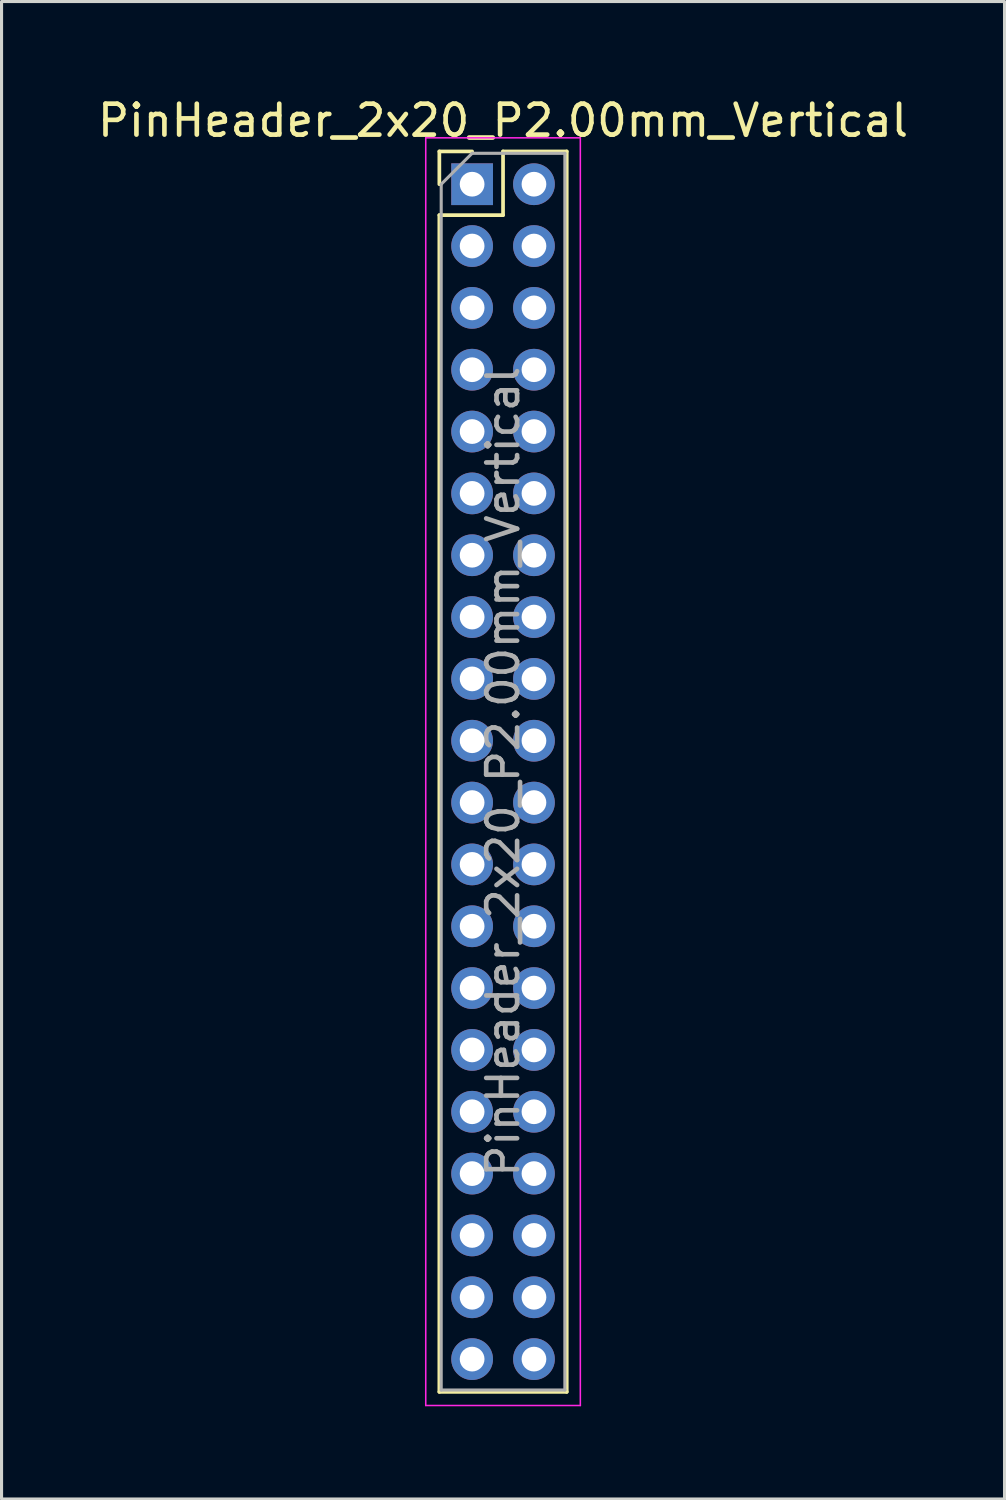
<source format=kicad_pcb>
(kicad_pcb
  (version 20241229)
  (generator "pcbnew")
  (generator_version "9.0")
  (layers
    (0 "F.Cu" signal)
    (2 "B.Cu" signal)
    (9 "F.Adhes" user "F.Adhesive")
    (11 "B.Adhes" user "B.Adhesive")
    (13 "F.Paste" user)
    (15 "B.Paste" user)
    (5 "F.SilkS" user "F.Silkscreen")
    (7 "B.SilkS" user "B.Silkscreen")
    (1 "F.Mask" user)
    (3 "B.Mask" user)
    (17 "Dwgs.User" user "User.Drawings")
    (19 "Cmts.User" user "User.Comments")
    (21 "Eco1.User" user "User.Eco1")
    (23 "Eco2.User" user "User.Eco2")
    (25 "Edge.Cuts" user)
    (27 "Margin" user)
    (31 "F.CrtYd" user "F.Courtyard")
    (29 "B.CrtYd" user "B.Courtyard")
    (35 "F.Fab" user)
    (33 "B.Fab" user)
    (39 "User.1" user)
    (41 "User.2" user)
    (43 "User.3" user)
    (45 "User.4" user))
  (footprint "PinHeader_2x20_P2.00mm_Vertical"
    (layer "F.Cu")
    (at 12.22 2.908)
    (property "Reference" "PinHeader_2x20_P2.00mm_Vertical" (at 1 -2.06 0) (layer "F.SilkS") (effects (font (size 1 1) (thickness 0.15))))
    (attr through_hole)
    (fp_line (start -1.06 -1.06) (end 0 -1.06) (stroke (width 0.12) (type solid)) (layer "F.SilkS"))
    (fp_line (start -1.06 0) (end -1.06 -1.06) (stroke (width 0.12) (type solid)) (layer "F.SilkS"))
    (fp_line (start -1.06 1) (end -1.06 39.06) (stroke (width 0.12) (type solid)) (layer "F.SilkS"))
    (fp_line (start -1.06 1) (end 1 1) (stroke (width 0.12) (type solid)) (layer "F.SilkS"))
    (fp_line (start -1.06 39.06) (end 3.06 39.06) (stroke (width 0.12) (type solid)) (layer "F.SilkS"))
    (fp_line (start 1 -1.06) (end 3.06 -1.06) (stroke (width 0.12) (type solid)) (layer "F.SilkS"))
    (fp_line (start 1 1) (end 1 -1.06) (stroke (width 0.12) (type solid)) (layer "F.SilkS"))
    (fp_line (start 3.06 -1.06) (end 3.06 39.06) (stroke (width 0.12) (type solid)) (layer "F.SilkS"))
    (fp_line (start -1.5 -1.5) (end -1.5 39.5) (stroke (width 0.05) (type solid)) (layer "F.CrtYd"))
    (fp_line (start -1.5 39.5) (end 3.5 39.5) (stroke (width 0.05) (type solid)) (layer "F.CrtYd"))
    (fp_line (start 3.5 -1.5) (end -1.5 -1.5) (stroke (width 0.05) (type solid)) (layer "F.CrtYd"))
    (fp_line (start 3.5 39.5) (end 3.5 -1.5) (stroke (width 0.05) (type solid)) (layer "F.CrtYd"))
    (fp_line (start -1 0) (end 0 -1) (stroke (width 0.1) (type solid)) (layer "F.Fab"))
    (fp_line (start -1 39) (end -1 0) (stroke (width 0.1) (type solid)) (layer "F.Fab"))
    (fp_line (start 0 -1) (end 3 -1) (stroke (width 0.1) (type solid)) (layer "F.Fab"))
    (fp_line (start 3 -1) (end 3 39) (stroke (width 0.1) (type solid)) (layer "F.Fab"))
    (fp_line (start 3 39) (end -1 39) (stroke (width 0.1) (type solid)) (layer "F.Fab"))
    (fp_text user "${REFERENCE}" (at 1 19 90) (layer "F.Fab") (effects (font (size 1 1) (thickness 0.15))))
    (pad "1" thru_hole rect (at 0 0) (size 1.35 1.35) (drill 0.8) (layers "*.Cu" "*.Mask"))
    (pad "2" thru_hole oval (at 2 0) (size 1.35 1.35) (drill 0.8) (layers "*.Cu" "*.Mask"))
    (pad "3" thru_hole oval (at 0 2) (size 1.35 1.35) (drill 0.8) (layers "*.Cu" "*.Mask"))
    (pad "4" thru_hole oval (at 2 2) (size 1.35 1.35) (drill 0.8) (layers "*.Cu" "*.Mask"))
    (pad "5" thru_hole oval (at 0 4) (size 1.35 1.35) (drill 0.8) (layers "*.Cu" "*.Mask"))
    (pad "6" thru_hole oval (at 2 4) (size 1.35 1.35) (drill 0.8) (layers "*.Cu" "*.Mask"))
    (pad "7" thru_hole oval (at 0 6) (size 1.35 1.35) (drill 0.8) (layers "*.Cu" "*.Mask"))
    (pad "8" thru_hole oval (at 2 6) (size 1.35 1.35) (drill 0.8) (layers "*.Cu" "*.Mask"))
    (pad "9" thru_hole oval (at 0 8) (size 1.35 1.35) (drill 0.8) (layers "*.Cu" "*.Mask"))
    (pad "10" thru_hole oval (at 2 8) (size 1.35 1.35) (drill 0.8) (layers "*.Cu" "*.Mask"))
    (pad "11" thru_hole oval (at 0 10) (size 1.35 1.35) (drill 0.8) (layers "*.Cu" "*.Mask"))
    (pad "12" thru_hole oval (at 2 10) (size 1.35 1.35) (drill 0.8) (layers "*.Cu" "*.Mask"))
    (pad "13" thru_hole oval (at 0 12) (size 1.35 1.35) (drill 0.8) (layers "*.Cu" "*.Mask"))
    (pad "14" thru_hole oval (at 2 12) (size 1.35 1.35) (drill 0.8) (layers "*.Cu" "*.Mask"))
    (pad "15" thru_hole oval (at 0 14) (size 1.35 1.35) (drill 0.8) (layers "*.Cu" "*.Mask"))
    (pad "16" thru_hole oval (at 2 14) (size 1.35 1.35) (drill 0.8) (layers "*.Cu" "*.Mask"))
    (pad "17" thru_hole oval (at 0 16) (size 1.35 1.35) (drill 0.8) (layers "*.Cu" "*.Mask"))
    (pad "18" thru_hole oval (at 2 16) (size 1.35 1.35) (drill 0.8) (layers "*.Cu" "*.Mask"))
    (pad "19" thru_hole oval (at 0 18) (size 1.35 1.35) (drill 0.8) (layers "*.Cu" "*.Mask"))
    (pad "20" thru_hole oval (at 2 18) (size 1.35 1.35) (drill 0.8) (layers "*.Cu" "*.Mask"))
    (pad "21" thru_hole oval (at 0 20) (size 1.35 1.35) (drill 0.8) (layers "*.Cu" "*.Mask"))
    (pad "22" thru_hole oval (at 2 20) (size 1.35 1.35) (drill 0.8) (layers "*.Cu" "*.Mask"))
    (pad "23" thru_hole oval (at 0 22) (size 1.35 1.35) (drill 0.8) (layers "*.Cu" "*.Mask"))
    (pad "24" thru_hole oval (at 2 22) (size 1.35 1.35) (drill 0.8) (layers "*.Cu" "*.Mask"))
    (pad "25" thru_hole oval (at 0 24) (size 1.35 1.35) (drill 0.8) (layers "*.Cu" "*.Mask"))
    (pad "26" thru_hole oval (at 2 24) (size 1.35 1.35) (drill 0.8) (layers "*.Cu" "*.Mask"))
    (pad "27" thru_hole oval (at 0 26) (size 1.35 1.35) (drill 0.8) (layers "*.Cu" "*.Mask"))
    (pad "28" thru_hole oval (at 2 26) (size 1.35 1.35) (drill 0.8) (layers "*.Cu" "*.Mask"))
    (pad "29" thru_hole oval (at 0 28) (size 1.35 1.35) (drill 0.8) (layers "*.Cu" "*.Mask"))
    (pad "30" thru_hole oval (at 2 28) (size 1.35 1.35) (drill 0.8) (layers "*.Cu" "*.Mask"))
    (pad "31" thru_hole oval (at 0 30) (size 1.35 1.35) (drill 0.8) (layers "*.Cu" "*.Mask"))
    (pad "32" thru_hole oval (at 2 30) (size 1.35 1.35) (drill 0.8) (layers "*.Cu" "*.Mask"))
    (pad "33" thru_hole oval (at 0 32) (size 1.35 1.35) (drill 0.8) (layers "*.Cu" "*.Mask"))
    (pad "34" thru_hole oval (at 2 32) (size 1.35 1.35) (drill 0.8) (layers "*.Cu" "*.Mask"))
    (pad "35" thru_hole oval (at 0 34) (size 1.35 1.35) (drill 0.8) (layers "*.Cu" "*.Mask"))
    (pad "36" thru_hole oval (at 2 34) (size 1.35 1.35) (drill 0.8) (layers "*.Cu" "*.Mask"))
    (pad "37" thru_hole oval (at 0 36) (size 1.35 1.35) (drill 0.8) (layers "*.Cu" "*.Mask"))
    (pad "38" thru_hole oval (at 2 36) (size 1.35 1.35) (drill 0.8) (layers "*.Cu" "*.Mask"))
    (pad "39" thru_hole oval (at 0 38) (size 1.35 1.35) (drill 0.8) (layers "*.Cu" "*.Mask"))
    (pad "40" thru_hole oval (at 2 38) (size 1.35 1.35) (drill 0.8) (layers "*.Cu" "*.Mask")))
  (gr_rect
    (start -3 -3)
    (end 29.44 45.433)
    (stroke (width 0.1) (type default))
    (fill no)
    (layer "Edge.Cuts")))
</source>
